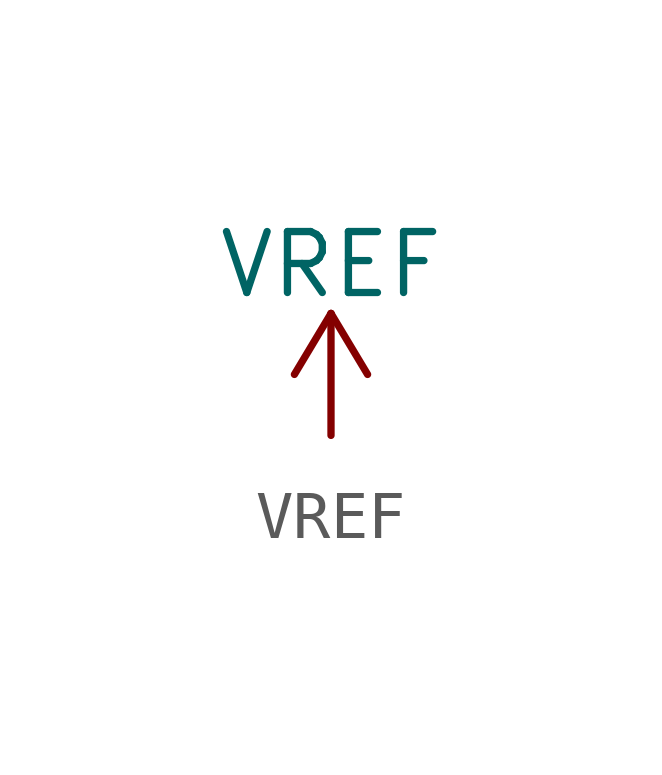
<source format=kicad_sym>
(kicad_symbol_lib
  (version 20211014)
  (generator kicad_symbol_editor)
  (symbol "VREF"
    (power)
    (pin_names
      (offset 0))
    (property "Reference" "#PWR"
      (at 0 -3.81 0)
      (effects (font (size 1.27 1.27)) hide))
    (property "Value" "VREF"
      (at 0 3.556 0)
      (effects (font (size 1.27 1.27))))
    (symbol "VREF_0_1"
      (polyline (pts (xy -0.762 1.27) (xy 0 2.54)) (stroke (width 0) (type default) (color 0 0 0 0)) (fill (type none)))
      (polyline (pts (xy 0 0) (xy 0 2.54)) (stroke (width 0) (type default) (color 0 0 0 0)) (fill (type none)))
      (polyline (pts (xy 0 2.54) (xy 0.762 1.27)) (stroke (width 0) (type default) (color 0 0 0 0)) (fill (type none))))
    (symbol "VREF_1_1"
      (pin power_in line (at 0 0 90) (length 0) hide (name "+VREF" (effects (font (size 1.27 1.27)))) (number "1" (effects (font (size 1.27 1.27))))))))
</source>
